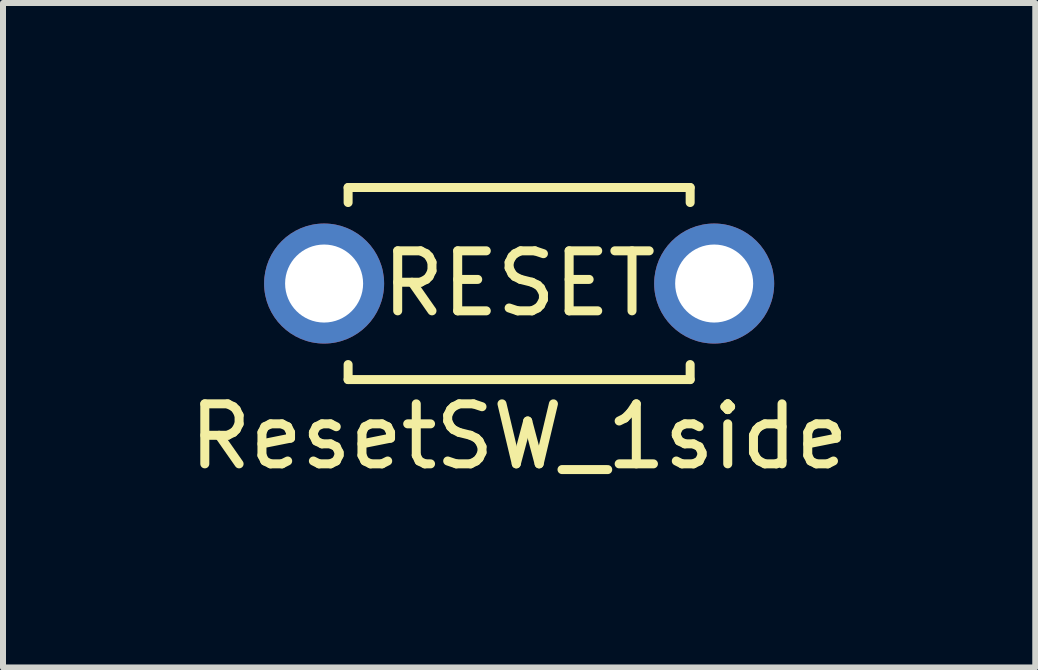
<source format=kicad_pcb>
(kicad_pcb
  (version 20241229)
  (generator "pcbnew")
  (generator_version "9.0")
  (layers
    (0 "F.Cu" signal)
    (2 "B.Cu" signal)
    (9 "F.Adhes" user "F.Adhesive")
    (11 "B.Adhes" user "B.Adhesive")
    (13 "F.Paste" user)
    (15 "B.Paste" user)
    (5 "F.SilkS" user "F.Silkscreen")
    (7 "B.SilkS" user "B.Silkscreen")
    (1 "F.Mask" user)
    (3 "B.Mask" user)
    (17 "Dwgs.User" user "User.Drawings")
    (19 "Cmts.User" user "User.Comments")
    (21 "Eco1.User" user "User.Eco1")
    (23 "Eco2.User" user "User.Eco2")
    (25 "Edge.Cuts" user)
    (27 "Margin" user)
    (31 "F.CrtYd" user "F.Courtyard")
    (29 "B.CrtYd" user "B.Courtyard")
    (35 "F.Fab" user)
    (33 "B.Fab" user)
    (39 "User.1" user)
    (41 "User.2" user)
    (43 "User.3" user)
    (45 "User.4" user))
  (footprint "ResetSW_1side"
    (layer "F.Cu")
    (at 5.601 1.675)
    (property "Reference" "ResetSW_1side" (at 0 2.55 0) (layer "F.SilkS") (effects (font (size 1 1) (thickness 0.15))))
    (attr through_hole)
    (fp_line (start -2.85 -1.6) (end -2.85 -1.35) (stroke (width 0.15) (type solid)) (layer "F.SilkS"))
    (fp_line (start -2.85 -1.6) (end 2.85 -1.6) (stroke (width 0.15) (type solid)) (layer "F.SilkS"))
    (fp_line (start -2.85 1.6) (end -2.85 1.35) (stroke (width 0.15) (type solid)) (layer "F.SilkS"))
    (fp_line (start -2.85 1.6) (end 2.85 1.6) (stroke (width 0.15) (type solid)) (layer "F.SilkS"))
    (fp_line (start 2.85 -1.6) (end 2.85 -1.35) (stroke (width 0.15) (type solid)) (layer "F.SilkS"))
    (fp_line (start 2.85 1.6) (end 2.85 1.35) (stroke (width 0.15) (type solid)) (layer "F.SilkS"))
    (fp_text user "RESET" (at 0 0 0) (layer "F.SilkS") (effects (font (size 1 1) (thickness 0.15))))
    (pad "1" thru_hole circle (at 3.25 0) (size 2 2) (drill 1.3) (layers "*.Cu" "B.Mask"))
    (pad "2" thru_hole circle (at -3.25 0) (size 2 2) (drill 1.3) (layers "*.Cu" "B.Mask")))
  (gr_rect
    (start -3 -3)
    (end 14.202 8.073)
    (stroke (width 0.1) (type default))
    (fill no)
    (layer "Edge.Cuts")))
</source>
